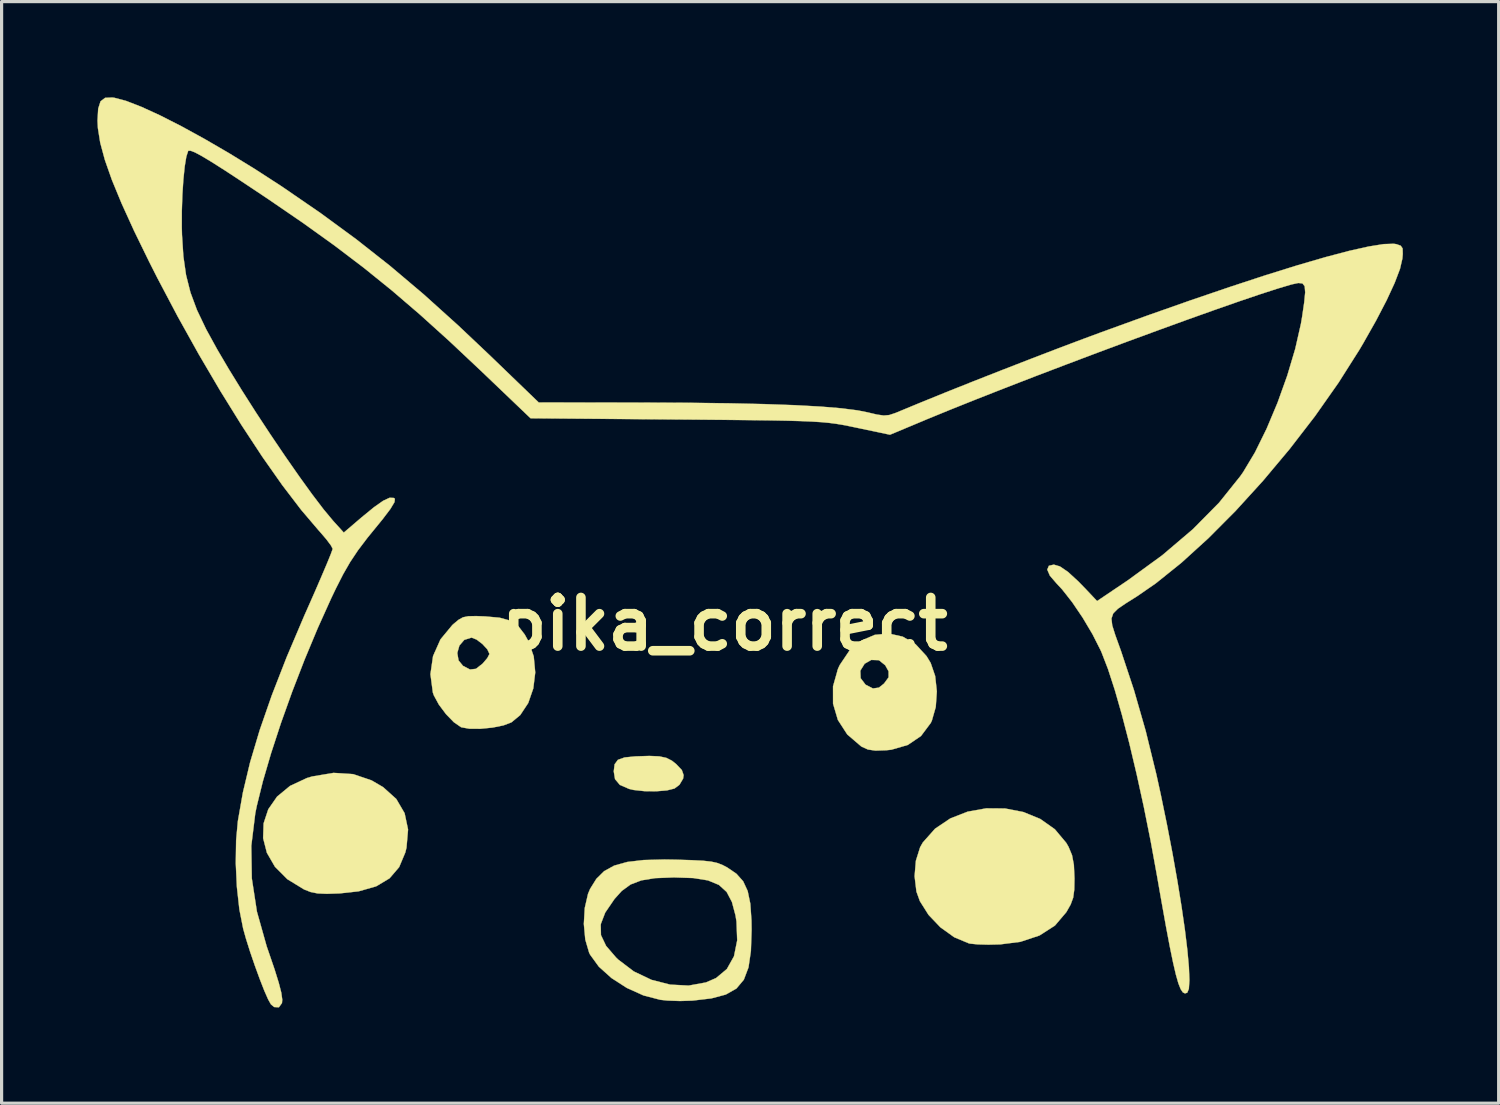
<source format=kicad_pcb>
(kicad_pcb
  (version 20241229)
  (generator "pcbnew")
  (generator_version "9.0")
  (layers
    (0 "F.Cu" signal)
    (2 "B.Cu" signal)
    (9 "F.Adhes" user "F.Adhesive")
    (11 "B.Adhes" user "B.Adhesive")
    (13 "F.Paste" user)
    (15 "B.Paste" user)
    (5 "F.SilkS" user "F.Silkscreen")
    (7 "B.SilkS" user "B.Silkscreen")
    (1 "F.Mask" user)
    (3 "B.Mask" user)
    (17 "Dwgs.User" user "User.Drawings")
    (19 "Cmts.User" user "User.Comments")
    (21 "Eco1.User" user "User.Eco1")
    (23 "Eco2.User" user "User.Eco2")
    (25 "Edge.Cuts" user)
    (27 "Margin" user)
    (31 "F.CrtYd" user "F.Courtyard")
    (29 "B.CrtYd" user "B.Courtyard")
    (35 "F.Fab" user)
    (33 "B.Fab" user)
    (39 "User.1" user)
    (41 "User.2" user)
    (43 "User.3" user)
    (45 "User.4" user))
  (footprint "pika_correct"
    (layer "F.Cu")
    (at 19.648 16.501)
    (property "Reference" "pika_correct" (at 0 0 0) (layer "F.SilkS") (effects (font (size 1.524 1.524) (thickness 0.3))))
    (attr through_hole)
    (fp_poly (pts (xy -2.047 4.143) (xy -1.825 4.19) (xy -1.649 4.279) (xy -1.513 4.388) (xy -1.338 4.573) (xy -1.283 4.731) (xy -1.298 4.839) (xy -1.412 5.032) (xy -1.568 5.15) (xy -1.804 5.209) (xy -2.14 5.237) (xy -2.51 5.233) (xy -2.847 5.196) (xy -2.99 5.163) (xy -3.28 5.037) (xy -3.431 4.857) (xy -3.471 4.614) (xy -3.444 4.391) (xy -3.341 4.252) (xy -3.131 4.177) (xy -2.794 4.144) (xy -2.357 4.13) (xy -2.047 4.143)) (stroke (width 0.01) (type solid)) (fill yes) (layer "F.SilkS"))
    (fp_poly (pts (xy -11.635 4.7) (xy -11.058 4.896) (xy -10.695 5.108) (xy -10.284 5.478) (xy -10.023 5.924) (xy -9.915 6.435) (xy -9.964 7.003) (xy -10.001 7.154) (xy -10.194 7.613) (xy -10.495 7.964) (xy -10.915 8.215) (xy -11.464 8.371) (xy -12.056 8.436) (xy -12.46 8.449) (xy -12.746 8.437) (xy -12.966 8.393) (xy -13.171 8.313) (xy -13.171 8.313) (xy -13.697 7.991) (xy -14.085 7.601) (xy -14.337 7.165) (xy -14.455 6.705) (xy -14.44 6.243) (xy -14.294 5.802) (xy -14.018 5.404) (xy -13.614 5.07) (xy -13.084 4.822) (xy -12.922 4.774) (xy -12.249 4.661) (xy -11.635 4.7)) (stroke (width 0.01) (type solid)) (fill yes) (layer "F.SilkS"))
    (fp_poly (pts (xy 8.786 5.776) (xy 9.36 5.887) (xy 9.89 6.104) (xy 10.347 6.427) (xy 10.705 6.854) (xy 10.776 6.977) (xy 10.885 7.239) (xy 10.943 7.543) (xy 10.961 7.95) (xy 10.962 7.965) (xy 10.955 8.319) (xy 10.921 8.569) (xy 10.843 8.782) (xy 10.707 9.023) (xy 10.35 9.443) (xy 9.867 9.754) (xy 9.266 9.953) (xy 8.636 10.033) (xy 8.267 10.042) (xy 7.931 10.033) (xy 7.689 10.009) (xy 7.65 10) (xy 7.196 9.81) (xy 6.763 9.5) (xy 6.391 9.11) (xy 6.119 8.679) (xy 6.011 8.38) (xy 5.953 7.897) (xy 5.994 7.412) (xy 6.127 6.989) (xy 6.211 6.841) (xy 6.595 6.409) (xy 7.072 6.088) (xy 7.614 5.876) (xy 8.195 5.772) (xy 8.786 5.776)) (stroke (width 0.01) (type solid)) (fill yes) (layer "F.SilkS"))
    (fp_poly (pts (xy 5.581 0.393) (xy 5.983 0.629) (xy 6.328 1.004) (xy 6.457 1.217) (xy 6.597 1.625) (xy 6.65 2.108) (xy 6.616 2.597) (xy 6.494 3.024) (xy 6.46 3.096) (xy 6.154 3.505) (xy 5.74 3.786) (xy 5.224 3.935) (xy 5.062 3.952) (xy 4.725 3.963) (xy 4.492 3.929) (xy 4.3 3.842) (xy 4.276 3.827) (xy 3.844 3.457) (xy 3.55 3.003) (xy 3.399 2.493) (xy 3.398 1.949) (xy 3.537 1.458) (xy 4.253 1.458) (xy 4.263 1.695) (xy 4.414 1.895) (xy 4.422 1.9) (xy 4.648 2.016) (xy 4.835 1.99) (xy 4.995 1.863) (xy 5.139 1.667) (xy 5.138 1.477) (xy 5.033 1.289) (xy 4.835 1.13) (xy 4.597 1.122) (xy 4.388 1.241) (xy 4.253 1.458) (xy 3.537 1.458) (xy 3.555 1.397) (xy 3.607 1.284) (xy 3.911 0.832) (xy 4.286 0.516) (xy 4.706 0.337) (xy 5.146 0.296) (xy 5.581 0.393)) (stroke (width 0.01) (type solid)) (fill yes) (layer "F.SilkS"))
    (fp_poly (pts (xy -7.502 -0.241) (xy -7.045 -0.2) (xy -6.713 -0.108) (xy -6.465 0.06) (xy -6.26 0.327) (xy -6.139 0.546) (xy -5.978 1.013) (xy -5.931 1.516) (xy -5.992 2.015) (xy -6.151 2.473) (xy -6.401 2.85) (xy -6.677 3.078) (xy -6.927 3.173) (xy -7.271 3.242) (xy -7.647 3.279) (xy -7.991 3.278) (xy -8.242 3.233) (xy -8.258 3.227) (xy -8.481 3.073) (xy -8.727 2.819) (xy -8.951 2.52) (xy -9.107 2.232) (xy -9.138 2.144) (xy -9.214 1.567) (xy -9.132 1.002) (xy -9.088 0.904) (xy -8.373 0.904) (xy -8.333 1.138) (xy -8.194 1.308) (xy -7.974 1.422) (xy -7.788 1.401) (xy -7.58 1.238) (xy -7.574 1.232) (xy -7.433 1.066) (xy -7.367 0.94) (xy -7.366 0.931) (xy -7.431 0.791) (xy -7.585 0.624) (xy -7.769 0.484) (xy -7.925 0.423) (xy -7.927 0.423) (xy -8.154 0.494) (xy -8.307 0.672) (xy -8.373 0.904) (xy -9.088 0.904) (xy -8.899 0.478) (xy -8.527 0.028) (xy -8.491 -0.004) (xy -8.332 -0.136) (xy -8.194 -0.213) (xy -8.026 -0.247) (xy -7.777 -0.251) (xy -7.502 -0.241)) (stroke (width 0.01) (type solid)) (fill yes) (layer "F.SilkS"))
    (fp_poly (pts (xy -1.525 7.38) (xy -1.033 7.395) (xy -0.676 7.413) (xy -0.418 7.441) (xy -0.227 7.484) (xy -0.065 7.546) (xy 0.079 7.621) (xy 0.371 7.82) (xy 0.583 8.057) (xy 0.724 8.361) (xy 0.807 8.761) (xy 0.843 9.286) (xy 0.847 9.583) (xy 0.825 10.241) (xy 0.75 10.753) (xy 0.604 11.139) (xy 0.372 11.416) (xy 0.038 11.605) (xy -0.414 11.725) (xy -1.001 11.794) (xy -1.016 11.795) (xy -1.396 11.807) (xy -1.789 11.793) (xy -2.013 11.769) (xy -2.539 11.633) (xy -3.062 11.397) (xy -3.542 11.088) (xy -3.938 10.732) (xy -4.212 10.355) (xy -4.243 10.292) (xy -4.363 9.882) (xy -4.407 9.404) (xy -3.88 9.404) (xy -3.872 9.743) (xy -3.712 10.08) (xy -3.399 10.444) (xy -3.33 10.511) (xy -2.842 10.881) (xy -2.288 11.145) (xy -1.704 11.294) (xy -1.125 11.324) (xy -0.585 11.226) (xy -0.266 11.088) (xy 0.073 10.804) (xy 0.295 10.407) (xy 0.396 9.907) (xy 0.374 9.318) (xy 0.343 9.126) (xy 0.231 8.705) (xy 0.066 8.391) (xy -0.177 8.17) (xy -0.518 8.029) (xy -0.979 7.955) (xy -1.581 7.935) (xy -1.616 7.936) (xy -2.177 7.958) (xy -2.607 8.028) (xy -2.943 8.156) (xy -3.22 8.358) (xy -3.449 8.612) (xy -3.739 9.037) (xy -3.88 9.404) (xy -4.407 9.404) (xy -4.408 9.393) (xy -4.379 8.892) (xy -4.277 8.449) (xy -4.212 8.295) (xy -4.016 7.98) (xy -3.772 7.739) (xy -3.458 7.566) (xy -3.052 7.452) (xy -2.534 7.391) (xy -1.881 7.374) (xy -1.525 7.38)) (stroke (width 0.01) (type solid)) (fill yes) (layer "F.SilkS"))
    (fp_poly (pts (xy -19.113 -16.487) (xy -18.75 -16.391) (xy -18.268 -16.204) (xy -17.687 -15.938) (xy -17.024 -15.601) (xy -16.298 -15.203) (xy -15.527 -14.755) (xy -14.73 -14.266) (xy -13.926 -13.746) (xy -13.843 -13.691) (xy -12.654 -12.874) (xy -11.546 -12.062) (xy -10.482 -11.224) (xy -9.427 -10.332) (xy -8.343 -9.355) (xy -7.366 -8.431) (xy -5.822 -6.943) (xy -2.594 -6.939) (xy -1.148 -6.933) (xy 0.131 -6.917) (xy 1.248 -6.892) (xy 2.207 -6.858) (xy 3.01 -6.814) (xy 3.66 -6.76) (xy 4.163 -6.696) (xy 4.458 -6.638) (xy 4.774 -6.564) (xy 4.987 -6.534) (xy 5.158 -6.549) (xy 5.35 -6.612) (xy 5.517 -6.681) (xy 6.164 -6.949) (xy 6.932 -7.261) (xy 7.784 -7.601) (xy 8.683 -7.954) (xy 9.591 -8.307) (xy 10.469 -8.644) (xy 11.281 -8.95) (xy 11.811 -9.146) (xy 13.254 -9.669) (xy 14.595 -10.141) (xy 15.828 -10.561) (xy 16.948 -10.929) (xy 17.949 -11.241) (xy 18.825 -11.496) (xy 19.571 -11.693) (xy 20.18 -11.829) (xy 20.647 -11.904) (xy 20.966 -11.914) (xy 21.046 -11.902) (xy 21.182 -11.854) (xy 21.241 -11.768) (xy 21.246 -11.592) (xy 21.233 -11.447) (xy 21.159 -11.128) (xy 20.992 -10.689) (xy 20.74 -10.144) (xy 20.409 -9.508) (xy 20.007 -8.797) (xy 19.887 -8.594) (xy 19.23 -7.558) (xy 18.496 -6.514) (xy 17.702 -5.485) (xy 16.868 -4.49) (xy 16.013 -3.551) (xy 15.154 -2.688) (xy 14.312 -1.922) (xy 13.505 -1.274) (xy 12.918 -0.869) (xy 12.563 -0.646) (xy 12.319 -0.479) (xy 12.175 -0.334) (xy 12.12 -0.173) (xy 12.144 0.039) (xy 12.237 0.336) (xy 12.388 0.756) (xy 12.416 0.833) (xy 12.826 2.07) (xy 13.192 3.344) (xy 13.527 4.71) (xy 13.664 5.334) (xy 13.858 6.276) (xy 14.033 7.186) (xy 14.186 8.05) (xy 14.316 8.852) (xy 14.421 9.578) (xy 14.498 10.213) (xy 14.546 10.743) (xy 14.562 11.152) (xy 14.545 11.425) (xy 14.494 11.547) (xy 14.424 11.569) (xy 14.356 11.536) (xy 14.289 11.436) (xy 14.217 11.255) (xy 14.139 10.982) (xy 14.051 10.604) (xy 13.949 10.108) (xy 13.83 9.481) (xy 13.692 8.711) (xy 13.545 7.874) (xy 13.347 6.788) (xy 13.133 5.721) (xy 12.908 4.694) (xy 12.679 3.729) (xy 12.449 2.845) (xy 12.225 2.063) (xy 12.011 1.405) (xy 11.812 0.89) (xy 11.78 0.818) (xy 11.526 0.316) (xy 11.219 -0.201) (xy 10.891 -0.685) (xy 10.574 -1.088) (xy 10.406 -1.268) (xy 10.192 -1.516) (xy 10.109 -1.707) (xy 10.16 -1.827) (xy 10.315 -1.863) (xy 10.505 -1.807) (xy 10.757 -1.636) (xy 11.083 -1.337) (xy 11.301 -1.113) (xy 11.67 -0.722) (xy 12.63 -1.369) (xy 13.713 -2.158) (xy 14.671 -2.973) (xy 15.491 -3.803) (xy 16.158 -4.635) (xy 16.25 -4.768) (xy 16.617 -5.381) (xy 16.98 -6.119) (xy 17.323 -6.935) (xy 17.628 -7.786) (xy 17.878 -8.625) (xy 18.056 -9.409) (xy 18.092 -9.622) (xy 18.159 -10.08) (xy 18.189 -10.392) (xy 18.174 -10.583) (xy 18.104 -10.673) (xy 17.973 -10.686) (xy 17.772 -10.643) (xy 17.722 -10.629) (xy 17.319 -10.509) (xy 16.778 -10.334) (xy 16.117 -10.11) (xy 15.356 -9.844) (xy 14.512 -9.543) (xy 13.606 -9.214) (xy 12.655 -8.865) (xy 11.678 -8.501) (xy 10.695 -8.13) (xy 9.724 -7.76) (xy 8.784 -7.396) (xy 7.893 -7.046) (xy 7.071 -6.717) (xy 6.336 -6.416) (xy 6.211 -6.363) (xy 5.182 -5.933) (xy 4.136 -6.153) (xy 3.906 -6.201) (xy 3.696 -6.242) (xy 3.491 -6.276) (xy 3.274 -6.304) (xy 3.028 -6.327) (xy 2.738 -6.345) (xy 2.387 -6.36) (xy 1.959 -6.372) (xy 1.437 -6.382) (xy 0.805 -6.39) (xy 0.047 -6.398) (xy -0.855 -6.406) (xy -1.494 -6.411) (xy -6.077 -6.448) (xy -7.632 -7.934) (xy -8.624 -8.867) (xy -9.543 -9.697) (xy -10.425 -10.454) (xy -11.306 -11.166) (xy -12.22 -11.86) (xy -13.203 -12.565) (xy -14.29 -13.31) (xy -14.49 -13.444) (xy -15.139 -13.876) (xy -15.662 -14.219) (xy -16.07 -14.478) (xy -16.376 -14.662) (xy -16.59 -14.777) (xy -16.726 -14.83) (xy -16.795 -14.829) (xy -16.805 -14.819) (xy -16.861 -14.645) (xy -16.912 -14.335) (xy -16.954 -13.925) (xy -16.985 -13.449) (xy -17.002 -12.941) (xy -17.003 -12.436) (xy -16.997 -12.192) (xy -16.954 -11.523) (xy -16.87 -10.936) (xy -16.732 -10.389) (xy -16.527 -9.837) (xy -16.241 -9.238) (xy -15.893 -8.604) (xy -15.531 -7.989) (xy -15.12 -7.321) (xy -14.677 -6.626) (xy -14.218 -5.928) (xy -13.76 -5.251) (xy -13.32 -4.62) (xy -12.915 -4.059) (xy -12.56 -3.593) (xy -12.272 -3.247) (xy -12.251 -3.223) (xy -11.928 -2.867) (xy -11.364 -3.349) (xy -10.979 -3.664) (xy -10.694 -3.864) (xy -10.494 -3.957) (xy -10.362 -3.952) (xy -10.328 -3.927) (xy -10.34 -3.822) (xy -10.468 -3.608) (xy -10.707 -3.293) (xy -10.806 -3.171) (xy -11.187 -2.704) (xy -11.484 -2.312) (xy -11.728 -1.946) (xy -11.951 -1.558) (xy -12.184 -1.099) (xy -12.323 -0.808) (xy -12.745 0.127) (xy -13.156 1.112) (xy -13.545 2.117) (xy -13.9 3.109) (xy -14.21 4.057) (xy -14.465 4.93) (xy -14.654 5.696) (xy -14.701 5.927) (xy -14.826 6.946) (xy -14.81 7.964) (xy -14.65 9.006) (xy -14.343 10.098) (xy -14.294 10.239) (xy -14.099 10.809) (xy -13.965 11.24) (xy -13.885 11.552) (xy -13.856 11.764) (xy -13.865 11.871) (xy -13.961 12.004) (xy -14.109 11.996) (xy -14.21 11.913) (xy -14.296 11.761) (xy -14.418 11.484) (xy -14.561 11.118) (xy -14.714 10.699) (xy -14.863 10.264) (xy -14.994 9.849) (xy -15.081 9.538) (xy -15.199 8.938) (xy -15.277 8.235) (xy -15.312 7.491) (xy -15.301 6.77) (xy -15.246 6.17) (xy -15.089 5.276) (xy -14.864 4.333) (xy -14.563 3.323) (xy -14.183 2.23) (xy -13.718 1.036) (xy -13.161 -0.275) (xy -13.034 -0.561) (xy -12.813 -1.062) (xy -12.618 -1.514) (xy -12.457 -1.893) (xy -12.342 -2.174) (xy -12.283 -2.335) (xy -12.277 -2.361) (xy -12.331 -2.465) (xy -12.473 -2.655) (xy -12.676 -2.892) (xy -12.722 -2.943) (xy -13.262 -3.577) (xy -13.852 -4.349) (xy -14.48 -5.242) (xy -15.134 -6.237) (xy -15.802 -7.314) (xy -16.473 -8.456) (xy -17.134 -9.642) (xy -17.774 -10.855) (xy -18.022 -11.345) (xy -18.5 -12.325) (xy -18.888 -13.177) (xy -19.191 -13.911) (xy -19.413 -14.542) (xy -19.558 -15.079) (xy -19.631 -15.537) (xy -19.643 -15.772) (xy -19.622 -16.146) (xy -19.548 -16.377) (xy -19.405 -16.486) (xy -19.176 -16.496) (xy -19.113 -16.487)) (stroke (width 0.01) (type solid)) (fill yes) (layer "F.SilkS")))
  (gr_rect
    (start -3 -3)
    (end 43.898 31.51)
    (stroke (width 0.1) (type default))
    (fill no)
    (layer "Edge.Cuts")))
</source>
